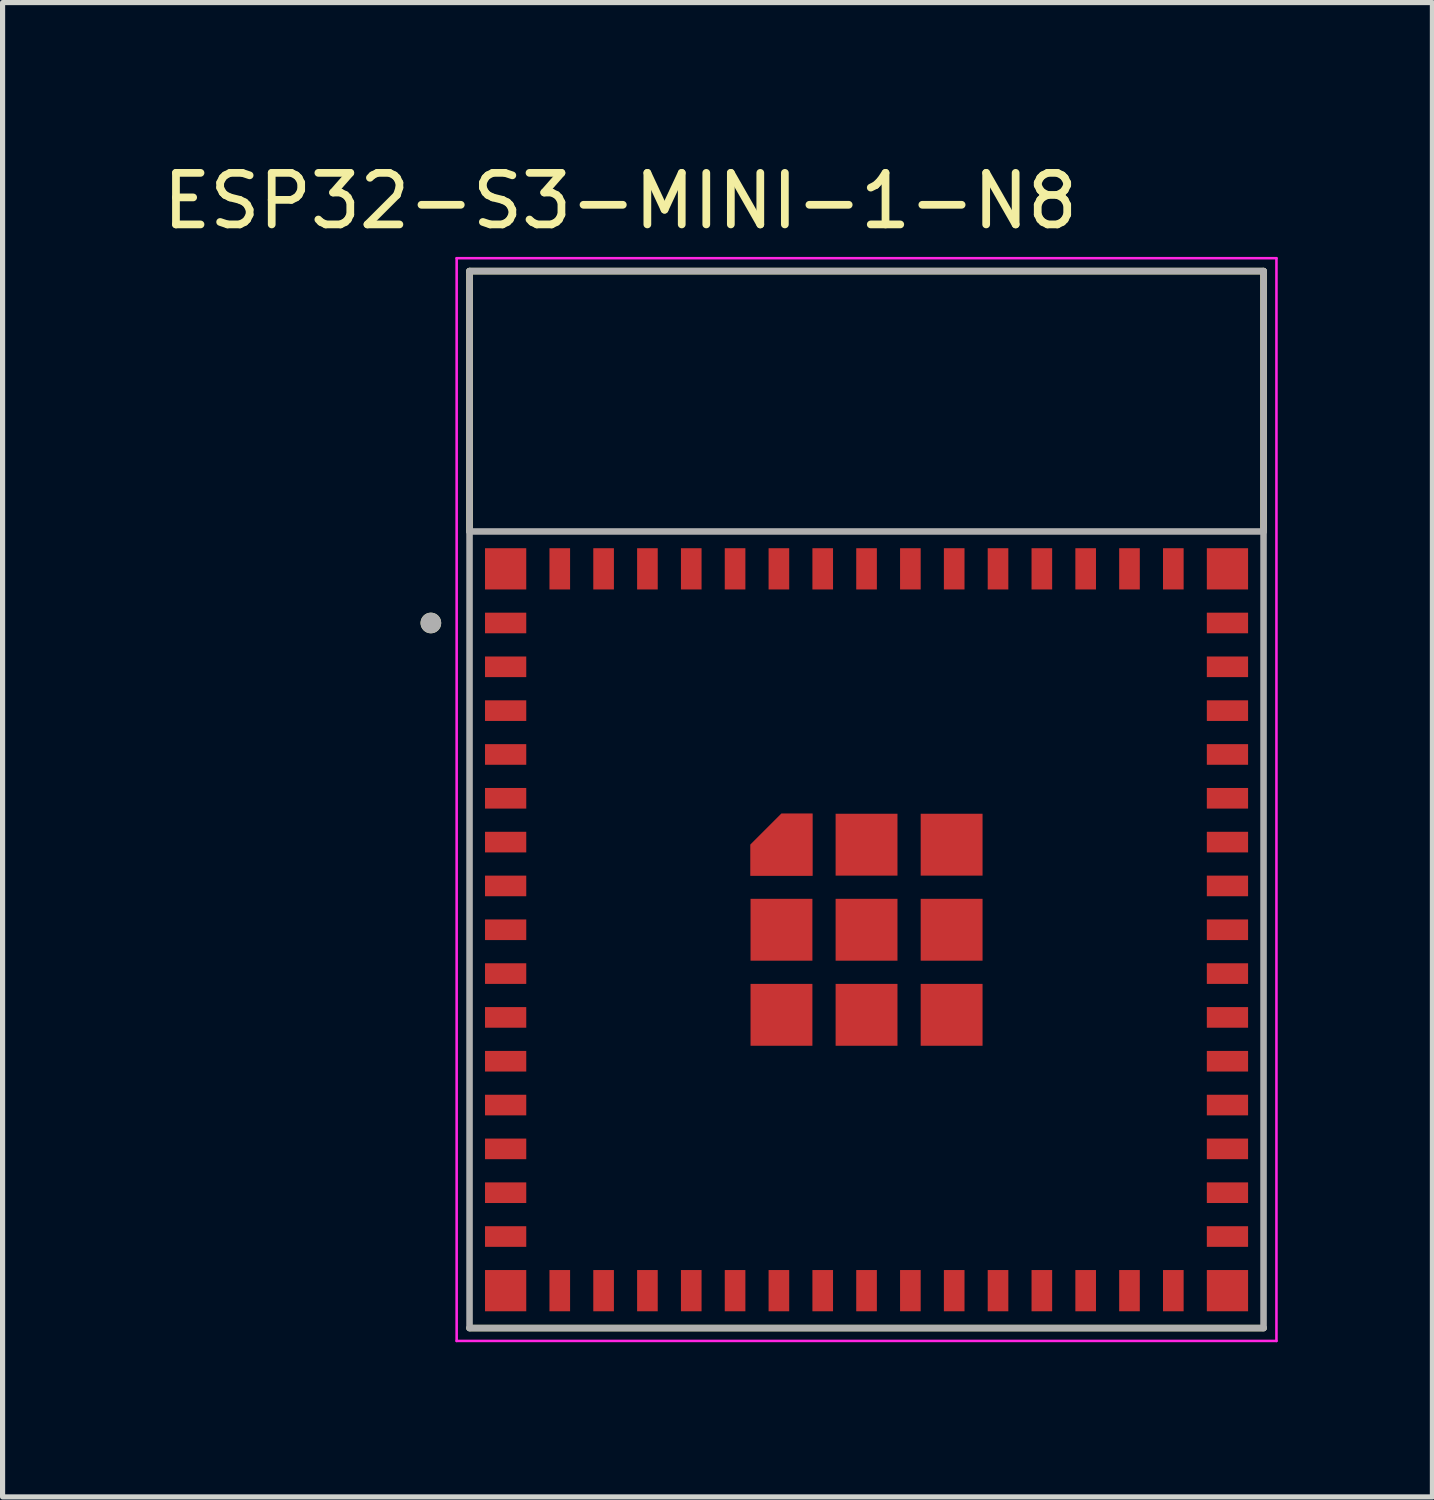
<source format=kicad_pcb>
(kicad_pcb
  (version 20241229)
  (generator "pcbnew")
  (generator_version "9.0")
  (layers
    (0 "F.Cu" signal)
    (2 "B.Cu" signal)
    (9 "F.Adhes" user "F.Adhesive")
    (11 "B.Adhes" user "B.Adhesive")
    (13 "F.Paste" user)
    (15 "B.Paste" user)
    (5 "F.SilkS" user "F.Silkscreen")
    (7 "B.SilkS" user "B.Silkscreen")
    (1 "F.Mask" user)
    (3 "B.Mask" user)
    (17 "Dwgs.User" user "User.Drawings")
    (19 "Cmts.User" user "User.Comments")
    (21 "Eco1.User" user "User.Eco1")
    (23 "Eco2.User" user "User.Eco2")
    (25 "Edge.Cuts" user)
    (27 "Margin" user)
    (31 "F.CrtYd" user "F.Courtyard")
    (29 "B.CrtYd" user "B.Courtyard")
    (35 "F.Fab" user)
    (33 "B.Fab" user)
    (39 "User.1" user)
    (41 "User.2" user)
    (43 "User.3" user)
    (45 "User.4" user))
  (footprint "ESP32-S3-MINI-1-N8"
    (layer "F.Cu")
    (at 13.757 14.983)
    (property "Reference" "ESP32-S3-MINI-1-N8" (at -4.775 -14.135 0) (layer "F.SilkS") (effects (font (size 1 1) (thickness 0.15))))
    (attr smd)
    (fp_poly (pts (xy -2.35 -0.95) (xy -0.95 -0.95) (xy -0.95 -2.35) (xy -1.7 -2.35) (xy -2.35 -1.7)) (stroke (width 0.01) (type solid)) (fill yes) (layer "F.Mask"))
    (fp_line (start -7.7 -12.775) (end 7.7 -12.775) (stroke (width 0.127) (type solid)) (layer "F.SilkS"))
    (fp_line (start -7.7 -7.725) (end -7.7 -12.775) (stroke (width 0.127) (type solid)) (layer "F.SilkS"))
    (fp_line (start 7.7 -12.775) (end 7.7 -7.725) (stroke (width 0.127) (type solid)) (layer "F.SilkS"))
    (fp_line (start 7.7 7.725) (end -7.7 7.725) (stroke (width 0.127) (type solid)) (layer "F.SilkS"))
    (fp_circle (center -8.45 -5.95) (end -8.35 -5.95) (stroke (width 0.2) (type solid)) (fill no) (layer "F.SilkS"))
    (fp_poly (pts (xy -2.25 -1.05) (xy -1.05 -1.05) (xy -1.05 -2.25) (xy -1.65 -2.25) (xy -2.25 -1.65)) (stroke (width 0.01) (type solid)) (fill yes) (layer "F.Paste"))
    (fp_line (start -7.95 -13.025) (end -7.95 7.975) (stroke (width 0.05) (type solid)) (layer "F.CrtYd"))
    (fp_line (start -7.95 7.975) (end 7.95 7.975) (stroke (width 0.05) (type solid)) (layer "F.CrtYd"))
    (fp_line (start 7.95 -13.025) (end -7.95 -13.025) (stroke (width 0.05) (type solid)) (layer "F.CrtYd"))
    (fp_line (start 7.95 7.975) (end 7.95 -13.025) (stroke (width 0.05) (type solid)) (layer "F.CrtYd"))
    (fp_line (start -7.7 -12.775) (end 7.7 -12.775) (stroke (width 0.127) (type solid)) (layer "F.Fab"))
    (fp_line (start -7.7 -7.725) (end -7.7 -12.775) (stroke (width 0.127) (type solid)) (layer "F.Fab"))
    (fp_line (start -7.7 -7.725) (end 7.7 -7.725) (stroke (width 0.127) (type solid)) (layer "F.Fab"))
    (fp_line (start -7.7 7.725) (end -7.7 -7.725) (stroke (width 0.127) (type solid)) (layer "F.Fab"))
    (fp_line (start 7.7 -12.775) (end 7.7 -7.725) (stroke (width 0.127) (type solid)) (layer "F.Fab"))
    (fp_line (start 7.7 -7.725) (end 7.7 7.725) (stroke (width 0.127) (type solid)) (layer "F.Fab"))
    (fp_line (start 7.7 7.725) (end -7.7 7.725) (stroke (width 0.127) (type solid)) (layer "F.Fab"))
    (fp_circle (center -8.45 -5.95) (end -8.35 -5.95) (stroke (width 0.2) (type solid)) (fill no) (layer "F.Fab"))
    (pad "1" smd rect (at -7 -7) (size 0.8 0.8) (layers "F.Cu" "F.Mask" "F.Paste"))
    (pad "1" smd rect (at -7 -5.95) (size 0.8 0.4) (layers "F.Cu" "F.Mask" "F.Paste"))
    (pad "1" smd rect (at -7 7) (size 0.8 0.8) (layers "F.Cu" "F.Mask" "F.Paste"))
    (pad "1" smd rect (at -5.95 -7) (size 0.4 0.8) (layers "F.Cu" "F.Mask" "F.Paste"))
    (pad "1" smd rect (at -5.1 -7) (size 0.4 0.8) (layers "F.Cu" "F.Mask" "F.Paste"))
    (pad "1" smd rect (at -4.25 -7) (size 0.4 0.8) (layers "F.Cu" "F.Mask" "F.Paste"))
    (pad "1" smd rect (at -3.4 -7) (size 0.4 0.8) (layers "F.Cu" "F.Mask" "F.Paste"))
    (pad "1" smd rect (at -2.55 -7) (size 0.4 0.8) (layers "F.Cu" "F.Mask" "F.Paste"))
    (pad "1" smd rect (at -1.7 -7) (size 0.4 0.8) (layers "F.Cu" "F.Mask" "F.Paste"))
    (pad "1" smd custom (at -1.65 -1.65) (size 0.4 0.4) (layers "F.Cu") (options (anchor rect)) (primitives (gr_poly (pts (xy -0.6 0.6) (xy 0.6 0.6) (xy 0.6 -0.6) (xy 0 -0.6) (xy -0.6 0)) (width 0.01) (fill yes))))
    (pad "1" smd rect (at -1.65 0) (size 1.2 1.2) (layers "F.Cu" "F.Mask" "F.Paste"))
    (pad "1" smd rect (at -1.65 1.65) (size 1.2 1.2) (layers "F.Cu" "F.Mask" "F.Paste"))
    (pad "1" smd rect (at -0.85 -7) (size 0.4 0.8) (layers "F.Cu" "F.Mask" "F.Paste"))
    (pad "1" smd rect (at 0 -7) (size 0.4 0.8) (layers "F.Cu" "F.Mask" "F.Paste"))
    (pad "1" smd rect (at 0 -1.65) (size 1.2 1.2) (layers "F.Cu" "F.Mask" "F.Paste"))
    (pad "1" smd rect (at 0 0) (size 1.2 1.2) (layers "F.Cu" "F.Mask" "F.Paste"))
    (pad "1" smd rect (at 0 1.65) (size 1.2 1.2) (layers "F.Cu" "F.Mask" "F.Paste"))
    (pad "1" smd rect (at 0.85 -7) (size 0.4 0.8) (layers "F.Cu" "F.Mask" "F.Paste"))
    (pad "1" smd rect (at 1.65 -1.65) (size 1.2 1.2) (layers "F.Cu" "F.Mask" "F.Paste"))
    (pad "1" smd rect (at 1.65 0) (size 1.2 1.2) (layers "F.Cu" "F.Mask" "F.Paste"))
    (pad "1" smd rect (at 1.65 1.65) (size 1.2 1.2) (layers "F.Cu" "F.Mask" "F.Paste"))
    (pad "1" smd rect (at 1.7 -7) (size 0.4 0.8) (layers "F.Cu" "F.Mask" "F.Paste"))
    (pad "1" smd rect (at 2.55 -7) (size 0.4 0.8) (layers "F.Cu" "F.Mask" "F.Paste"))
    (pad "1" smd rect (at 3.4 -7) (size 0.4 0.8) (layers "F.Cu" "F.Mask" "F.Paste"))
    (pad "1" smd rect (at 4.25 -7) (size 0.4 0.8) (layers "F.Cu" "F.Mask" "F.Paste"))
    (pad "1" smd rect (at 5.1 -7) (size 0.4 0.8) (layers "F.Cu" "F.Mask" "F.Paste"))
    (pad "1" smd rect (at 5.95 -7) (size 0.4 0.8) (layers "F.Cu" "F.Mask" "F.Paste"))
    (pad "1" smd rect (at 7 -7) (size 0.8 0.8) (layers "F.Cu" "F.Mask" "F.Paste"))
    (pad "1" smd rect (at 7 7) (size 0.8 0.8) (layers "F.Cu" "F.Mask" "F.Paste"))
    (pad "2" smd rect (at -7 -5.1) (size 0.8 0.4) (layers "F.Cu" "F.Mask" "F.Paste"))
    (pad "3" smd rect (at -7 -4.25) (size 0.8 0.4) (layers "F.Cu" "F.Mask" "F.Paste"))
    (pad "4" smd rect (at -7 -3.4) (size 0.8 0.4) (layers "F.Cu" "F.Mask" "F.Paste"))
    (pad "5" smd rect (at -7 -2.55) (size 0.8 0.4) (layers "F.Cu" "F.Mask" "F.Paste"))
    (pad "6" smd rect (at -7 -1.7) (size 0.8 0.4) (layers "F.Cu" "F.Mask" "F.Paste"))
    (pad "7" smd rect (at -7 -0.85) (size 0.8 0.4) (layers "F.Cu" "F.Mask" "F.Paste"))
    (pad "8" smd rect (at -7 0) (size 0.8 0.4) (layers "F.Cu" "F.Mask" "F.Paste"))
    (pad "9" smd rect (at -7 0.85) (size 0.8 0.4) (layers "F.Cu" "F.Mask" "F.Paste"))
    (pad "10" smd rect (at -7 1.7) (size 0.8 0.4) (layers "F.Cu" "F.Mask" "F.Paste"))
    (pad "11" smd rect (at -7 2.55) (size 0.8 0.4) (layers "F.Cu" "F.Mask" "F.Paste"))
    (pad "12" smd rect (at -7 3.4) (size 0.8 0.4) (layers "F.Cu" "F.Mask" "F.Paste"))
    (pad "13" smd rect (at -7 4.25) (size 0.8 0.4) (layers "F.Cu" "F.Mask" "F.Paste"))
    (pad "14" smd rect (at -7 5.1) (size 0.8 0.4) (layers "F.Cu" "F.Mask" "F.Paste"))
    (pad "15" smd rect (at -7 5.95) (size 0.8 0.4) (layers "F.Cu" "F.Mask" "F.Paste"))
    (pad "16" smd rect (at -5.95 7) (size 0.4 0.8) (layers "F.Cu" "F.Mask" "F.Paste"))
    (pad "17" smd rect (at -5.1 7) (size 0.4 0.8) (layers "F.Cu" "F.Mask" "F.Paste"))
    (pad "18" smd rect (at -4.25 7) (size 0.4 0.8) (layers "F.Cu" "F.Mask" "F.Paste"))
    (pad "19" smd rect (at -3.4 7) (size 0.4 0.8) (layers "F.Cu" "F.Mask" "F.Paste"))
    (pad "20" smd rect (at -2.55 7) (size 0.4 0.8) (layers "F.Cu" "F.Mask" "F.Paste"))
    (pad "21" smd rect (at -1.7 7) (size 0.4 0.8) (layers "F.Cu" "F.Mask" "F.Paste"))
    (pad "22" smd rect (at -0.85 7) (size 0.4 0.8) (layers "F.Cu" "F.Mask" "F.Paste"))
    (pad "23" smd rect (at 0 7) (size 0.4 0.8) (layers "F.Cu" "F.Mask" "F.Paste"))
    (pad "24" smd rect (at 0.85 7) (size 0.4 0.8) (layers "F.Cu" "F.Mask" "F.Paste"))
    (pad "25" smd rect (at 1.7 7) (size 0.4 0.8) (layers "F.Cu" "F.Mask" "F.Paste"))
    (pad "26" smd rect (at 2.55 7) (size 0.4 0.8) (layers "F.Cu" "F.Mask" "F.Paste"))
    (pad "27" smd rect (at 3.4 7) (size 0.4 0.8) (layers "F.Cu" "F.Mask" "F.Paste"))
    (pad "28" smd rect (at 4.25 7) (size 0.4 0.8) (layers "F.Cu" "F.Mask" "F.Paste"))
    (pad "29" smd rect (at 5.1 7) (size 0.4 0.8) (layers "F.Cu" "F.Mask" "F.Paste"))
    (pad "30" smd rect (at 5.95 7) (size 0.4 0.8) (layers "F.Cu" "F.Mask" "F.Paste"))
    (pad "31" smd rect (at 7 5.95) (size 0.8 0.4) (layers "F.Cu" "F.Mask" "F.Paste"))
    (pad "32" smd rect (at 7 5.1) (size 0.8 0.4) (layers "F.Cu" "F.Mask" "F.Paste"))
    (pad "33" smd rect (at 7 4.25) (size 0.8 0.4) (layers "F.Cu" "F.Mask" "F.Paste"))
    (pad "34" smd rect (at 7 3.4) (size 0.8 0.4) (layers "F.Cu" "F.Mask" "F.Paste"))
    (pad "35" smd rect (at 7 2.55) (size 0.8 0.4) (layers "F.Cu" "F.Mask" "F.Paste"))
    (pad "36" smd rect (at 7 1.7) (size 0.8 0.4) (layers "F.Cu" "F.Mask" "F.Paste"))
    (pad "37" smd rect (at 7 0.85) (size 0.8 0.4) (layers "F.Cu" "F.Mask" "F.Paste"))
    (pad "38" smd rect (at 7 0) (size 0.8 0.4) (layers "F.Cu" "F.Mask" "F.Paste"))
    (pad "39" smd rect (at 7 -0.85) (size 0.8 0.4) (layers "F.Cu" "F.Mask" "F.Paste"))
    (pad "40" smd rect (at 7 -1.7) (size 0.8 0.4) (layers "F.Cu" "F.Mask" "F.Paste"))
    (pad "41" smd rect (at 7 -2.55) (size 0.8 0.4) (layers "F.Cu" "F.Mask" "F.Paste"))
    (pad "42" smd rect (at 7 -3.4) (size 0.8 0.4) (layers "F.Cu" "F.Mask" "F.Paste"))
    (pad "43" smd rect (at 7 -4.25) (size 0.8 0.4) (layers "F.Cu" "F.Mask" "F.Paste"))
    (pad "44" smd rect (at 7 -5.1) (size 0.8 0.4) (layers "F.Cu" "F.Mask" "F.Paste"))
    (pad "45" smd rect (at 7 -5.95) (size 0.8 0.4) (layers "F.Cu" "F.Mask" "F.Paste"))
    (zone (net_name "") (layer "F.Cu") (hatch full 0.508) (connect_pads) (min_thickness 0.01) (filled_areas_thickness no) (keepout (tracks not_allowed) (vias not_allowed) (pads not_allowed) (copperpour not_allowed) (footprints allowed)) (placement (enabled no)) (fill) (polygon (pts (xy 6.057 2.208) (xy 21.457 2.208) (xy 21.457 7.258) (xy 6.057 7.258))))
    (zone (net_name "") (layers "F.Cu" "B.Cu") (hatch full 0.508) (connect_pads) (min_thickness 0.01) (filled_areas_thickness no) (keepout (tracks allowed) (vias not_allowed) (pads allowed) (copperpour allowed) (footprints allowed)) (placement (enabled no)) (fill) (polygon (pts (xy 6.057 2.208) (xy 21.457 2.208) (xy 21.457 7.258) (xy 6.057 7.258))))
    (zone (net_name "") (layer "B.Cu") (hatch full 0.508) (connect_pads) (min_thickness 0.01) (filled_areas_thickness no) (keepout (tracks not_allowed) (vias not_allowed) (pads not_allowed) (copperpour not_allowed) (footprints allowed)) (placement (enabled no)) (fill) (polygon (pts (xy 6.057 2.208) (xy 21.457 2.208) (xy 21.457 7.258) (xy 6.057 7.258)))))
  (gr_rect
    (start -3 -3)
    (end 24.732 25.983)
    (stroke (width 0.1) (type default))
    (fill no)
    (layer "Edge.Cuts")))
</source>
